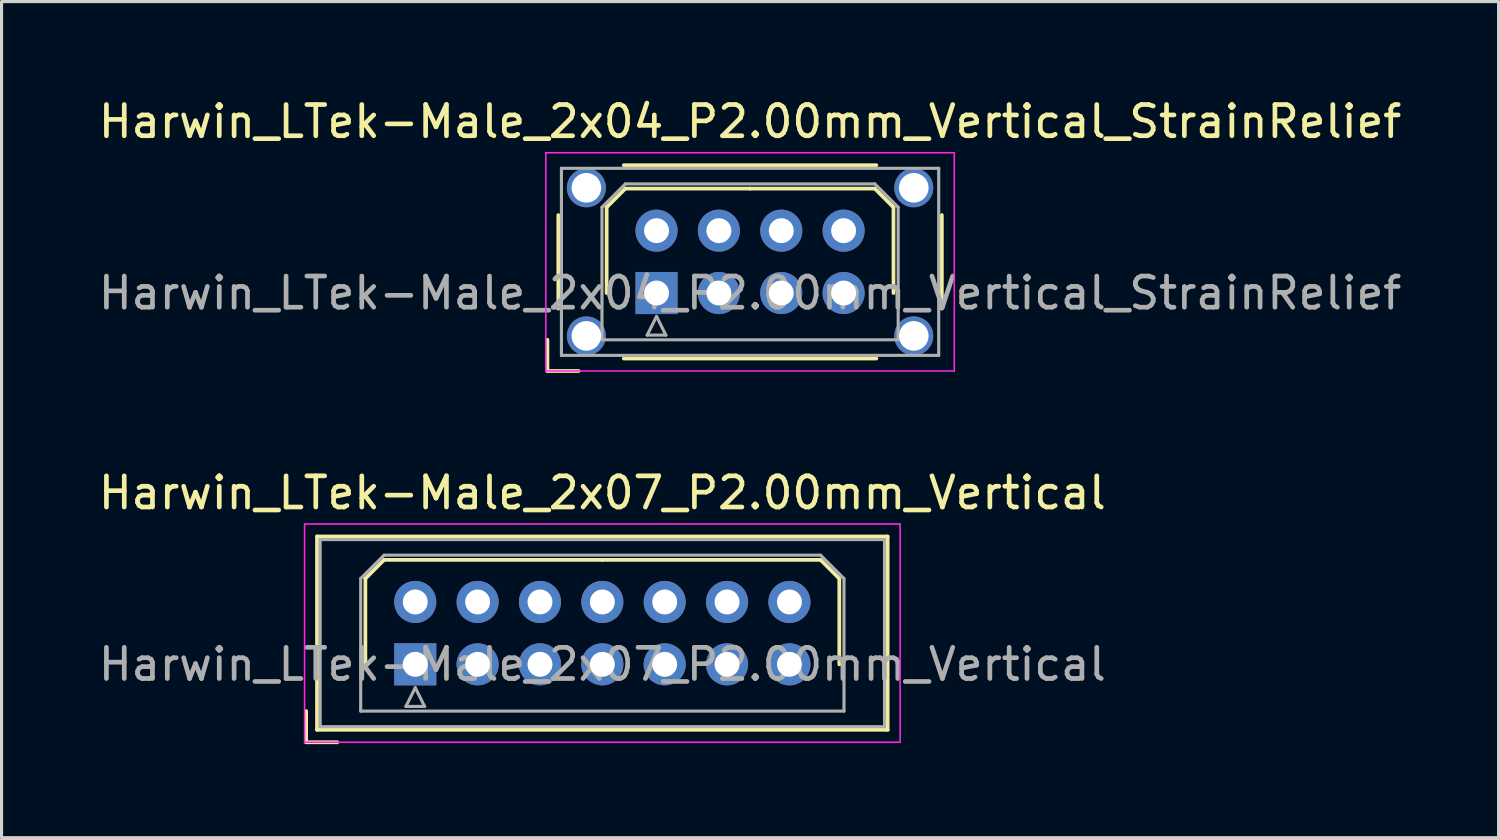
<source format=kicad_pcb>
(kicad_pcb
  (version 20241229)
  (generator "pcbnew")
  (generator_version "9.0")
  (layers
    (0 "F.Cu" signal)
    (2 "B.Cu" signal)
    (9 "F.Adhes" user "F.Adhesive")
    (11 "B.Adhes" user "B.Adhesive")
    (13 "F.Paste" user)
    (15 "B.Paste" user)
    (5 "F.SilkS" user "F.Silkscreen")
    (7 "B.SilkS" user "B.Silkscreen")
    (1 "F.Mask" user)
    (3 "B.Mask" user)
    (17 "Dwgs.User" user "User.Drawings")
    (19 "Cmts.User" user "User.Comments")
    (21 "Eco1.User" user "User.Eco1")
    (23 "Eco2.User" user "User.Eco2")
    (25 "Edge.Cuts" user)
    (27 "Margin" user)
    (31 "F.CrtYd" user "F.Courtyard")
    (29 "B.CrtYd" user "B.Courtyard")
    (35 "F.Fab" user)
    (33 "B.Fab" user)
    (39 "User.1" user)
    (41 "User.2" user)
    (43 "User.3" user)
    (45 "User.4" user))
  (footprint "Harwin_LTek-Male_2x07_P2.00mm_Vertical"
    (layer "F.Cu")
    (at 10.268 18.256)
    (property "Reference" "Harwin_LTek-Male_2x07_P2.00mm_Vertical" (at 6 -5.5 0) (layer "F.SilkS") (effects (font (size 1 1) (thickness 0.15))))
    (attr through_hole)
    (fp_line (start -3.5 1.5) (end -3.5 2.5) (stroke (width 0.12) (type solid)) (layer "F.SilkS"))
    (fp_line (start -3.5 2.5) (end -2.5 2.5) (stroke (width 0.12) (type solid)) (layer "F.SilkS"))
    (fp_line (start -3.15 -4.1) (end -3.15 2.1) (stroke (width 0.12) (type solid)) (layer "F.SilkS"))
    (fp_line (start -3.15 2.1) (end 15.15 2.1) (stroke (width 0.12) (type solid)) (layer "F.SilkS"))
    (fp_line (start -1.6 -2.75) (end -1 -3.35) (stroke (width 0.12) (type solid)) (layer "F.SilkS"))
    (fp_line (start -1.6 0) (end -1.6 -2.75) (stroke (width 0.12) (type solid)) (layer "F.SilkS"))
    (fp_line (start -1 -3.35) (end 6 -3.35) (stroke (width 0.12) (type solid)) (layer "F.SilkS"))
    (fp_line (start 13 -3.35) (end 6 -3.35) (stroke (width 0.12) (type solid)) (layer "F.SilkS"))
    (fp_line (start 13.6 -2.75) (end 13 -3.35) (stroke (width 0.12) (type solid)) (layer "F.SilkS"))
    (fp_line (start 13.6 0) (end 13.6 -2.75) (stroke (width 0.12) (type solid)) (layer "F.SilkS"))
    (fp_line (start 15.15 -4.1) (end -3.15 -4.1) (stroke (width 0.12) (type solid)) (layer "F.SilkS"))
    (fp_line (start 15.15 2.1) (end 15.15 -4.1) (stroke (width 0.12) (type solid)) (layer "F.SilkS"))
    (fp_line (start -3.55 -4.5) (end -3.55 2.5) (stroke (width 0.05) (type solid)) (layer "F.CrtYd"))
    (fp_line (start -3.55 2.5) (end 15.55 2.5) (stroke (width 0.05) (type solid)) (layer "F.CrtYd"))
    (fp_line (start 15.55 -4.5) (end -3.55 -4.5) (stroke (width 0.05) (type solid)) (layer "F.CrtYd"))
    (fp_line (start 15.55 2.5) (end 15.55 -4.5) (stroke (width 0.05) (type solid)) (layer "F.CrtYd"))
    (fp_line (start -3.05 -4) (end -3.05 2) (stroke (width 0.1) (type solid)) (layer "F.Fab"))
    (fp_line (start -3.05 2) (end 15.05 2) (stroke (width 0.1) (type solid)) (layer "F.Fab"))
    (fp_line (start -1.75 -2.75) (end -1 -3.5) (stroke (width 0.1) (type solid)) (layer "F.Fab"))
    (fp_line (start -1.75 1.5) (end -1.75 -2.75) (stroke (width 0.1) (type solid)) (layer "F.Fab"))
    (fp_line (start -1 -3.5) (end 13 -3.5) (stroke (width 0.1) (type solid)) (layer "F.Fab"))
    (fp_line (start -0.3 1.35) (end 0.3 1.35) (stroke (width 0.1) (type solid)) (layer "F.Fab"))
    (fp_line (start 0 0.75) (end -0.3 1.35) (stroke (width 0.1) (type solid)) (layer "F.Fab"))
    (fp_line (start 0.3 1.35) (end 0 0.75) (stroke (width 0.1) (type solid)) (layer "F.Fab"))
    (fp_line (start 13 -3.5) (end 13.75 -2.75) (stroke (width 0.1) (type solid)) (layer "F.Fab"))
    (fp_line (start 13.75 -2.75) (end 13.75 1.5) (stroke (width 0.1) (type solid)) (layer "F.Fab"))
    (fp_line (start 13.75 1.5) (end -1.75 1.5) (stroke (width 0.1) (type solid)) (layer "F.Fab"))
    (fp_line (start 15.05 -4) (end -3.05 -4) (stroke (width 0.1) (type solid)) (layer "F.Fab"))
    (fp_line (start 15.05 2) (end 15.05 -4) (stroke (width 0.1) (type solid)) (layer "F.Fab"))
    (fp_text user "${REFERENCE}" (at 6 0 0) (layer "F.Fab") (effects (font (size 1 1) (thickness 0.15))))
    (pad "1" thru_hole rect (at 0 0) (size 1.35 1.35) (drill 0.8) (layers "*.Cu" "*.Mask"))
    (pad "2" thru_hole circle (at 0 -2) (size 1.35 1.35) (drill 0.8) (layers "*.Cu" "*.Mask"))
    (pad "3" thru_hole circle (at 2 0) (size 1.35 1.35) (drill 0.8) (layers "*.Cu" "*.Mask"))
    (pad "4" thru_hole circle (at 2 -2) (size 1.35 1.35) (drill 0.8) (layers "*.Cu" "*.Mask"))
    (pad "5" thru_hole circle (at 4 0) (size 1.35 1.35) (drill 0.8) (layers "*.Cu" "*.Mask"))
    (pad "6" thru_hole circle (at 4 -2) (size 1.35 1.35) (drill 0.8) (layers "*.Cu" "*.Mask"))
    (pad "7" thru_hole circle (at 6 0) (size 1.35 1.35) (drill 0.8) (layers "*.Cu" "*.Mask"))
    (pad "8" thru_hole circle (at 6 -2) (size 1.35 1.35) (drill 0.8) (layers "*.Cu" "*.Mask"))
    (pad "9" thru_hole circle (at 8 0) (size 1.35 1.35) (drill 0.8) (layers "*.Cu" "*.Mask"))
    (pad "10" thru_hole circle (at 8 -2) (size 1.35 1.35) (drill 0.8) (layers "*.Cu" "*.Mask"))
    (pad "11" thru_hole circle (at 10 0) (size 1.35 1.35) (drill 0.8) (layers "*.Cu" "*.Mask"))
    (pad "12" thru_hole circle (at 10 -2) (size 1.35 1.35) (drill 0.8) (layers "*.Cu" "*.Mask"))
    (pad "13" thru_hole circle (at 12 0) (size 1.35 1.35) (drill 0.8) (layers "*.Cu" "*.Mask"))
    (pad "14" thru_hole circle (at 12 -2) (size 1.35 1.35) (drill 0.8) (layers "*.Cu" "*.Mask")))
  (footprint "Harwin_LTek-Male_2x04_P2.00mm_Vertical_StrainRelief"
    (layer "F.Cu")
    (at 18.006 6.348)
    (property "Reference" "Harwin_LTek-Male_2x04_P2.00mm_Vertical_StrainRelief" (at 3 -5.5 0) (layer "F.SilkS") (effects (font (size 1 1) (thickness 0.15))))
    (attr through_hole)
    (fp_line (start -3.5 1.5) (end -3.5 2.5) (stroke (width 0.12) (type solid)) (layer "F.SilkS"))
    (fp_line (start -3.5 2.5) (end -2.5 2.5) (stroke (width 0.12) (type solid)) (layer "F.SilkS"))
    (fp_line (start -3.15 -2.5) (end -3.15 0.5) (stroke (width 0.12) (type solid)) (layer "F.SilkS"))
    (fp_line (start -1.6 -2.75) (end -1 -3.35) (stroke (width 0.12) (type solid)) (layer "F.SilkS"))
    (fp_line (start -1.6 0) (end -1.6 -2.75) (stroke (width 0.12) (type solid)) (layer "F.SilkS"))
    (fp_line (start -1.05 -4.1) (end 7.05 -4.1) (stroke (width 0.12) (type solid)) (layer "F.SilkS"))
    (fp_line (start -1.05 2.1) (end 7.05 2.1) (stroke (width 0.12) (type solid)) (layer "F.SilkS"))
    (fp_line (start -1 -3.35) (end 3 -3.35) (stroke (width 0.12) (type solid)) (layer "F.SilkS"))
    (fp_line (start 7 -3.35) (end 3 -3.35) (stroke (width 0.12) (type solid)) (layer "F.SilkS"))
    (fp_line (start 7.6 -2.75) (end 7 -3.35) (stroke (width 0.12) (type solid)) (layer "F.SilkS"))
    (fp_line (start 7.6 0) (end 7.6 -2.75) (stroke (width 0.12) (type solid)) (layer "F.SilkS"))
    (fp_line (start 9.15 -2.5) (end 9.15 0.5) (stroke (width 0.12) (type solid)) (layer "F.SilkS"))
    (fp_line (start -3.55 -4.5) (end -3.55 2.5) (stroke (width 0.05) (type solid)) (layer "F.CrtYd"))
    (fp_line (start -3.55 2.5) (end 9.55 2.5) (stroke (width 0.05) (type solid)) (layer "F.CrtYd"))
    (fp_line (start 9.55 -4.5) (end -3.55 -4.5) (stroke (width 0.05) (type solid)) (layer "F.CrtYd"))
    (fp_line (start 9.55 2.5) (end 9.55 -4.5) (stroke (width 0.05) (type solid)) (layer "F.CrtYd"))
    (fp_line (start -3.05 -4) (end -3.05 2) (stroke (width 0.1) (type solid)) (layer "F.Fab"))
    (fp_line (start -3.05 2) (end 9.05 2) (stroke (width 0.1) (type solid)) (layer "F.Fab"))
    (fp_line (start -1.75 -2.75) (end -1 -3.5) (stroke (width 0.1) (type solid)) (layer "F.Fab"))
    (fp_line (start -1.75 1.5) (end -1.75 -2.75) (stroke (width 0.1) (type solid)) (layer "F.Fab"))
    (fp_line (start -1 -3.5) (end 7 -3.5) (stroke (width 0.1) (type solid)) (layer "F.Fab"))
    (fp_line (start -0.3 1.35) (end 0.3 1.35) (stroke (width 0.1) (type solid)) (layer "F.Fab"))
    (fp_line (start 0 0.75) (end -0.3 1.35) (stroke (width 0.1) (type solid)) (layer "F.Fab"))
    (fp_line (start 0.3 1.35) (end 0 0.75) (stroke (width 0.1) (type solid)) (layer "F.Fab"))
    (fp_line (start 7 -3.5) (end 7.75 -2.75) (stroke (width 0.1) (type solid)) (layer "F.Fab"))
    (fp_line (start 7.75 -2.75) (end 7.75 1.5) (stroke (width 0.1) (type solid)) (layer "F.Fab"))
    (fp_line (start 7.75 1.5) (end -1.75 1.5) (stroke (width 0.1) (type solid)) (layer "F.Fab"))
    (fp_line (start 9.05 -4) (end -3.05 -4) (stroke (width 0.1) (type solid)) (layer "F.Fab"))
    (fp_line (start 9.05 2) (end 9.05 -4) (stroke (width 0.1) (type solid)) (layer "F.Fab"))
    (fp_text user "${REFERENCE}" (at 3 0 0) (layer "F.Fab") (effects (font (size 1 1) (thickness 0.15))))
    (pad "" thru_hole circle (at -2.25 -3.375) (size 1.25 1.25) (drill 0.95) (layers "*.Cu" "*.Mask"))
    (pad "" thru_hole circle (at -2.25 1.375) (size 1.25 1.25) (drill 0.95) (layers "*.Cu" "*.Mask"))
    (pad "" thru_hole circle (at 8.25 -3.375) (size 1.25 1.25) (drill 0.95) (layers "*.Cu" "*.Mask"))
    (pad "" thru_hole circle (at 8.25 1.375) (size 1.25 1.25) (drill 0.95) (layers "*.Cu" "*.Mask"))
    (pad "1" thru_hole rect (at 0 0) (size 1.35 1.35) (drill 0.8) (layers "*.Cu" "*.Mask"))
    (pad "2" thru_hole circle (at 0 -2) (size 1.35 1.35) (drill 0.8) (layers "*.Cu" "*.Mask"))
    (pad "3" thru_hole circle (at 2 0) (size 1.35 1.35) (drill 0.8) (layers "*.Cu" "*.Mask"))
    (pad "4" thru_hole circle (at 2 -2) (size 1.35 1.35) (drill 0.8) (layers "*.Cu" "*.Mask"))
    (pad "5" thru_hole circle (at 4 0) (size 1.35 1.35) (drill 0.8) (layers "*.Cu" "*.Mask"))
    (pad "6" thru_hole circle (at 4 -2) (size 1.35 1.35) (drill 0.8) (layers "*.Cu" "*.Mask"))
    (pad "7" thru_hole circle (at 6 0) (size 1.35 1.35) (drill 0.8) (layers "*.Cu" "*.Mask"))
    (pad "8" thru_hole circle (at 6 -2) (size 1.35 1.35) (drill 0.8) (layers "*.Cu" "*.Mask")))
  (gr_rect
    (start -3 -3)
    (end 45.012 23.817)
    (stroke (width 0.1) (type default))
    (fill no)
    (layer "Edge.Cuts")))
</source>
